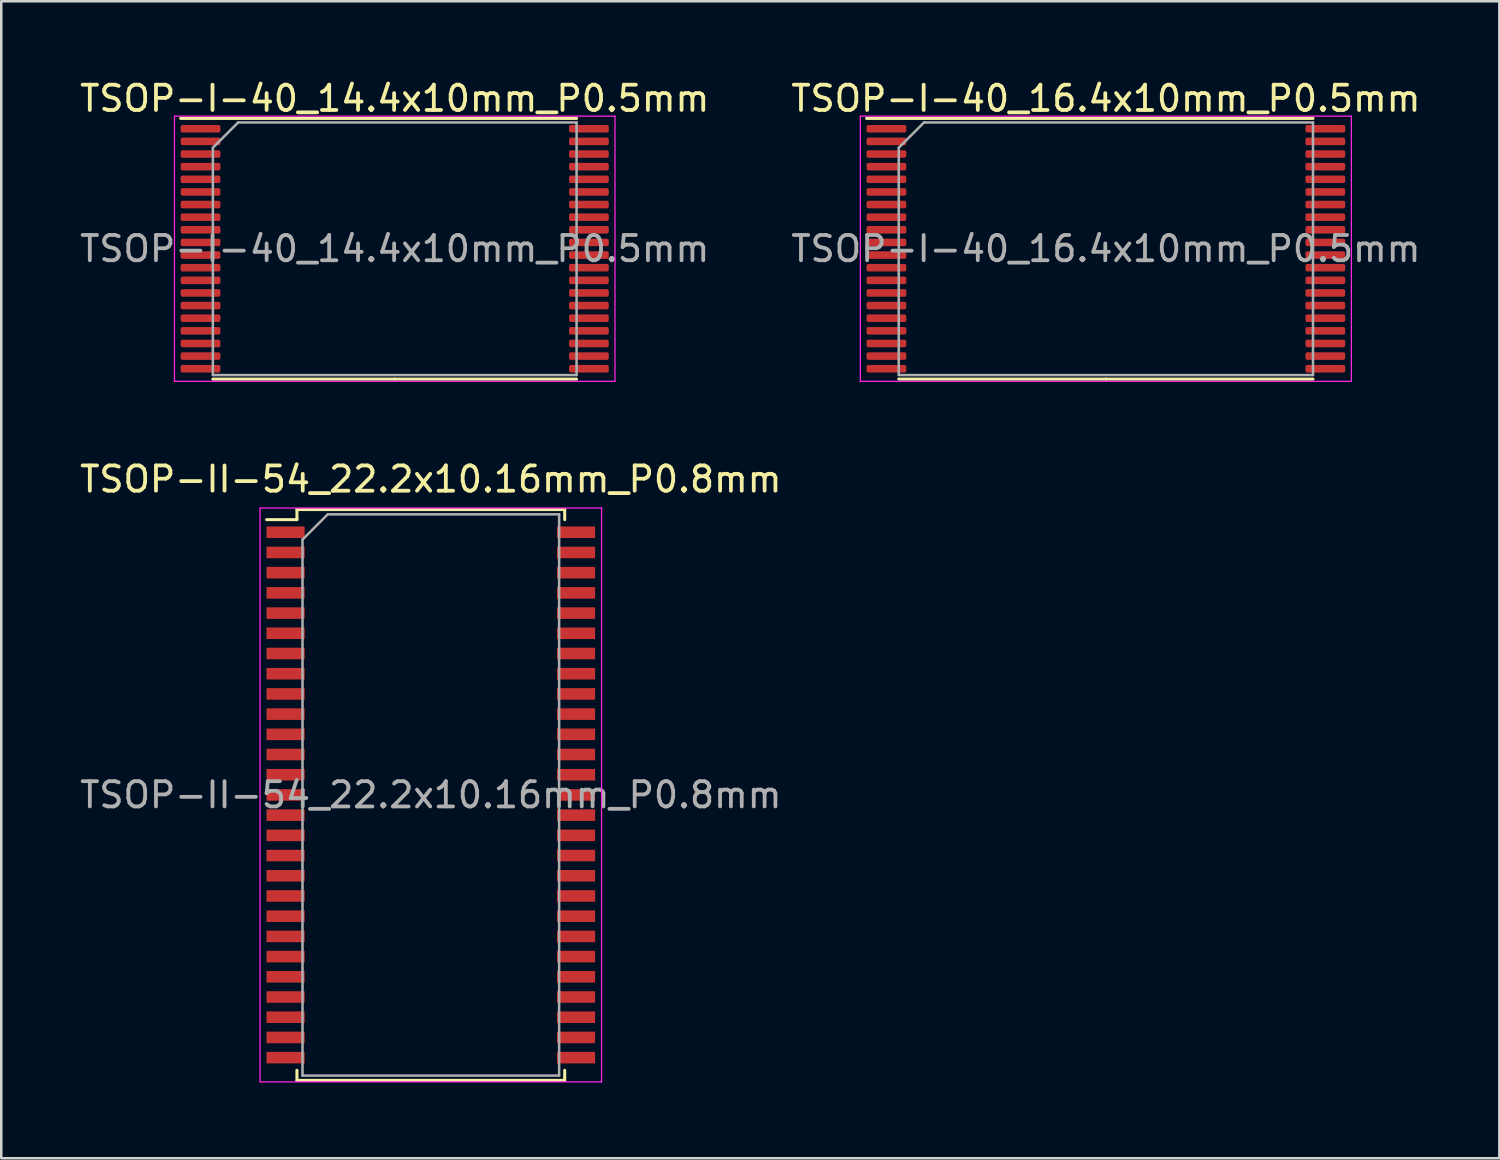
<source format=kicad_pcb>
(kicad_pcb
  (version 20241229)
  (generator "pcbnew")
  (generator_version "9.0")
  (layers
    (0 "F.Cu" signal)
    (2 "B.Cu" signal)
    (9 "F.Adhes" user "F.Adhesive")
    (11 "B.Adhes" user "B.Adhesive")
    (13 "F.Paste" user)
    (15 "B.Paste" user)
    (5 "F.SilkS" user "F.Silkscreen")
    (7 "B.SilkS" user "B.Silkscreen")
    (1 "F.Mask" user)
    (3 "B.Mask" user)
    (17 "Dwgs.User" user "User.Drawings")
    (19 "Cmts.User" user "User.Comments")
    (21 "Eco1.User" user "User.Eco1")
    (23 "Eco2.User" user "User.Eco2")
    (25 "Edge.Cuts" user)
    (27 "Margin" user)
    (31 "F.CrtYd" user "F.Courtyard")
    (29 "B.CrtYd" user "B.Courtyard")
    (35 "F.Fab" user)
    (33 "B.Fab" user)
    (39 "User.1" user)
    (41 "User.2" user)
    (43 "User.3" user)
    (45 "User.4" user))
  (footprint "TSOP-I-40_16.4x10mm_P0.5mm"
    (layer "F.Cu")
    (at 40.732 6.798)
    (property "Reference" "TSOP-I-40_16.4x10mm_P0.5mm" (at 0 -5.95 0) (layer "F.SilkS") (effects (font (size 1 1) (thickness 0.15))))
    (attr smd)
    (fp_line (start 0 -5.16) (end -9.475 -5.16) (stroke (width 0.12) (type solid)) (layer "F.SilkS"))
    (fp_line (start 0 -5.16) (end 8.2 -5.16) (stroke (width 0.12) (type solid)) (layer "F.SilkS"))
    (fp_line (start 0 5.16) (end -8.2 5.16) (stroke (width 0.12) (type solid)) (layer "F.SilkS"))
    (fp_line (start 0 5.16) (end 8.2 5.16) (stroke (width 0.12) (type solid)) (layer "F.SilkS"))
    (fp_line (start -9.72 -5.25) (end -9.72 5.25) (stroke (width 0.05) (type solid)) (layer "F.CrtYd"))
    (fp_line (start -9.72 5.25) (end 9.72 5.25) (stroke (width 0.05) (type solid)) (layer "F.CrtYd"))
    (fp_line (start 9.72 -5.25) (end -9.72 -5.25) (stroke (width 0.05) (type solid)) (layer "F.CrtYd"))
    (fp_line (start 9.72 5.25) (end 9.72 -5.25) (stroke (width 0.05) (type solid)) (layer "F.CrtYd"))
    (fp_line (start -8.2 -4) (end -7.2 -5) (stroke (width 0.1) (type solid)) (layer "F.Fab"))
    (fp_line (start -8.2 5) (end -8.2 -4) (stroke (width 0.1) (type solid)) (layer "F.Fab"))
    (fp_line (start -7.2 -5) (end 8.2 -5) (stroke (width 0.1) (type solid)) (layer "F.Fab"))
    (fp_line (start 8.2 -5) (end 8.2 5) (stroke (width 0.1) (type solid)) (layer "F.Fab"))
    (fp_line (start 8.2 5) (end -8.2 5) (stroke (width 0.1) (type solid)) (layer "F.Fab"))
    (fp_text user "${REFERENCE}" (at 0 0 0) (layer "F.Fab") (effects (font (size 1 1) (thickness 0.15))))
    (pad "1" smd roundrect (at -8.688 -4.75) (size 1.575 0.3) (layers "F.Cu" "F.Mask" "F.Paste") (roundrect_rratio 0.25))
    (pad "2" smd roundrect (at -8.688 -4.25) (size 1.575 0.3) (layers "F.Cu" "F.Mask" "F.Paste") (roundrect_rratio 0.25))
    (pad "3" smd roundrect (at -8.688 -3.75) (size 1.575 0.3) (layers "F.Cu" "F.Mask" "F.Paste") (roundrect_rratio 0.25))
    (pad "4" smd roundrect (at -8.688 -3.25) (size 1.575 0.3) (layers "F.Cu" "F.Mask" "F.Paste") (roundrect_rratio 0.25))
    (pad "5" smd roundrect (at -8.688 -2.75) (size 1.575 0.3) (layers "F.Cu" "F.Mask" "F.Paste") (roundrect_rratio 0.25))
    (pad "6" smd roundrect (at -8.688 -2.25) (size 1.575 0.3) (layers "F.Cu" "F.Mask" "F.Paste") (roundrect_rratio 0.25))
    (pad "7" smd roundrect (at -8.688 -1.75) (size 1.575 0.3) (layers "F.Cu" "F.Mask" "F.Paste") (roundrect_rratio 0.25))
    (pad "8" smd roundrect (at -8.688 -1.25) (size 1.575 0.3) (layers "F.Cu" "F.Mask" "F.Paste") (roundrect_rratio 0.25))
    (pad "9" smd roundrect (at -8.688 -0.75) (size 1.575 0.3) (layers "F.Cu" "F.Mask" "F.Paste") (roundrect_rratio 0.25))
    (pad "10" smd roundrect (at -8.688 -0.25) (size 1.575 0.3) (layers "F.Cu" "F.Mask" "F.Paste") (roundrect_rratio 0.25))
    (pad "11" smd roundrect (at -8.688 0.25) (size 1.575 0.3) (layers "F.Cu" "F.Mask" "F.Paste") (roundrect_rratio 0.25))
    (pad "12" smd roundrect (at -8.688 0.75) (size 1.575 0.3) (layers "F.Cu" "F.Mask" "F.Paste") (roundrect_rratio 0.25))
    (pad "13" smd roundrect (at -8.688 1.25) (size 1.575 0.3) (layers "F.Cu" "F.Mask" "F.Paste") (roundrect_rratio 0.25))
    (pad "14" smd roundrect (at -8.688 1.75) (size 1.575 0.3) (layers "F.Cu" "F.Mask" "F.Paste") (roundrect_rratio 0.25))
    (pad "15" smd roundrect (at -8.688 2.25) (size 1.575 0.3) (layers "F.Cu" "F.Mask" "F.Paste") (roundrect_rratio 0.25))
    (pad "16" smd roundrect (at -8.688 2.75) (size 1.575 0.3) (layers "F.Cu" "F.Mask" "F.Paste") (roundrect_rratio 0.25))
    (pad "17" smd roundrect (at -8.688 3.25) (size 1.575 0.3) (layers "F.Cu" "F.Mask" "F.Paste") (roundrect_rratio 0.25))
    (pad "18" smd roundrect (at -8.688 3.75) (size 1.575 0.3) (layers "F.Cu" "F.Mask" "F.Paste") (roundrect_rratio 0.25))
    (pad "19" smd roundrect (at -8.688 4.25) (size 1.575 0.3) (layers "F.Cu" "F.Mask" "F.Paste") (roundrect_rratio 0.25))
    (pad "20" smd roundrect (at -8.688 4.75) (size 1.575 0.3) (layers "F.Cu" "F.Mask" "F.Paste") (roundrect_rratio 0.25))
    (pad "21" smd roundrect (at 8.688 4.75) (size 1.575 0.3) (layers "F.Cu" "F.Mask" "F.Paste") (roundrect_rratio 0.25))
    (pad "22" smd roundrect (at 8.688 4.25) (size 1.575 0.3) (layers "F.Cu" "F.Mask" "F.Paste") (roundrect_rratio 0.25))
    (pad "23" smd roundrect (at 8.688 3.75) (size 1.575 0.3) (layers "F.Cu" "F.Mask" "F.Paste") (roundrect_rratio 0.25))
    (pad "24" smd roundrect (at 8.688 3.25) (size 1.575 0.3) (layers "F.Cu" "F.Mask" "F.Paste") (roundrect_rratio 0.25))
    (pad "25" smd roundrect (at 8.688 2.75) (size 1.575 0.3) (layers "F.Cu" "F.Mask" "F.Paste") (roundrect_rratio 0.25))
    (pad "26" smd roundrect (at 8.688 2.25) (size 1.575 0.3) (layers "F.Cu" "F.Mask" "F.Paste") (roundrect_rratio 0.25))
    (pad "27" smd roundrect (at 8.688 1.75) (size 1.575 0.3) (layers "F.Cu" "F.Mask" "F.Paste") (roundrect_rratio 0.25))
    (pad "28" smd roundrect (at 8.688 1.25) (size 1.575 0.3) (layers "F.Cu" "F.Mask" "F.Paste") (roundrect_rratio 0.25))
    (pad "29" smd roundrect (at 8.688 0.75) (size 1.575 0.3) (layers "F.Cu" "F.Mask" "F.Paste") (roundrect_rratio 0.25))
    (pad "30" smd roundrect (at 8.688 0.25) (size 1.575 0.3) (layers "F.Cu" "F.Mask" "F.Paste") (roundrect_rratio 0.25))
    (pad "31" smd roundrect (at 8.688 -0.25) (size 1.575 0.3) (layers "F.Cu" "F.Mask" "F.Paste") (roundrect_rratio 0.25))
    (pad "32" smd roundrect (at 8.688 -0.75) (size 1.575 0.3) (layers "F.Cu" "F.Mask" "F.Paste") (roundrect_rratio 0.25))
    (pad "33" smd roundrect (at 8.688 -1.25) (size 1.575 0.3) (layers "F.Cu" "F.Mask" "F.Paste") (roundrect_rratio 0.25))
    (pad "34" smd roundrect (at 8.688 -1.75) (size 1.575 0.3) (layers "F.Cu" "F.Mask" "F.Paste") (roundrect_rratio 0.25))
    (pad "35" smd roundrect (at 8.688 -2.25) (size 1.575 0.3) (layers "F.Cu" "F.Mask" "F.Paste") (roundrect_rratio 0.25))
    (pad "36" smd roundrect (at 8.688 -2.75) (size 1.575 0.3) (layers "F.Cu" "F.Mask" "F.Paste") (roundrect_rratio 0.25))
    (pad "37" smd roundrect (at 8.688 -3.25) (size 1.575 0.3) (layers "F.Cu" "F.Mask" "F.Paste") (roundrect_rratio 0.25))
    (pad "38" smd roundrect (at 8.688 -3.75) (size 1.575 0.3) (layers "F.Cu" "F.Mask" "F.Paste") (roundrect_rratio 0.25))
    (pad "39" smd roundrect (at 8.688 -4.25) (size 1.575 0.3) (layers "F.Cu" "F.Mask" "F.Paste") (roundrect_rratio 0.25))
    (pad "40" smd roundrect (at 8.688 -4.75) (size 1.575 0.3) (layers "F.Cu" "F.Mask" "F.Paste") (roundrect_rratio 0.25)))
  (footprint "TSOP-I-40_14.4x10mm_P0.5mm"
    (layer "F.Cu")
    (at 12.577 6.798)
    (property "Reference" "TSOP-I-40_14.4x10mm_P0.5mm" (at 0 -5.95 0) (layer "F.SilkS") (effects (font (size 1 1) (thickness 0.15))))
    (attr smd)
    (fp_line (start 0 -5.16) (end -8.475 -5.16) (stroke (width 0.12) (type solid)) (layer "F.SilkS"))
    (fp_line (start 0 -5.16) (end 7.2 -5.16) (stroke (width 0.12) (type solid)) (layer "F.SilkS"))
    (fp_line (start 0 5.16) (end -7.2 5.16) (stroke (width 0.12) (type solid)) (layer "F.SilkS"))
    (fp_line (start 0 5.16) (end 7.2 5.16) (stroke (width 0.12) (type solid)) (layer "F.SilkS"))
    (fp_line (start -8.72 -5.25) (end -8.72 5.25) (stroke (width 0.05) (type solid)) (layer "F.CrtYd"))
    (fp_line (start -8.72 5.25) (end 8.72 5.25) (stroke (width 0.05) (type solid)) (layer "F.CrtYd"))
    (fp_line (start 8.72 -5.25) (end -8.72 -5.25) (stroke (width 0.05) (type solid)) (layer "F.CrtYd"))
    (fp_line (start 8.72 5.25) (end 8.72 -5.25) (stroke (width 0.05) (type solid)) (layer "F.CrtYd"))
    (fp_line (start -7.2 -4) (end -6.2 -5) (stroke (width 0.1) (type solid)) (layer "F.Fab"))
    (fp_line (start -7.2 5) (end -7.2 -4) (stroke (width 0.1) (type solid)) (layer "F.Fab"))
    (fp_line (start -6.2 -5) (end 7.2 -5) (stroke (width 0.1) (type solid)) (layer "F.Fab"))
    (fp_line (start 7.2 -5) (end 7.2 5) (stroke (width 0.1) (type solid)) (layer "F.Fab"))
    (fp_line (start 7.2 5) (end -7.2 5) (stroke (width 0.1) (type solid)) (layer "F.Fab"))
    (fp_text user "${REFERENCE}" (at 0 0 0) (layer "F.Fab") (effects (font (size 1 1) (thickness 0.15))))
    (pad "1" smd roundrect (at -7.688 -4.75) (size 1.575 0.3) (layers "F.Cu" "F.Mask" "F.Paste") (roundrect_rratio 0.25))
    (pad "2" smd roundrect (at -7.688 -4.25) (size 1.575 0.3) (layers "F.Cu" "F.Mask" "F.Paste") (roundrect_rratio 0.25))
    (pad "3" smd roundrect (at -7.688 -3.75) (size 1.575 0.3) (layers "F.Cu" "F.Mask" "F.Paste") (roundrect_rratio 0.25))
    (pad "4" smd roundrect (at -7.688 -3.25) (size 1.575 0.3) (layers "F.Cu" "F.Mask" "F.Paste") (roundrect_rratio 0.25))
    (pad "5" smd roundrect (at -7.688 -2.75) (size 1.575 0.3) (layers "F.Cu" "F.Mask" "F.Paste") (roundrect_rratio 0.25))
    (pad "6" smd roundrect (at -7.688 -2.25) (size 1.575 0.3) (layers "F.Cu" "F.Mask" "F.Paste") (roundrect_rratio 0.25))
    (pad "7" smd roundrect (at -7.688 -1.75) (size 1.575 0.3) (layers "F.Cu" "F.Mask" "F.Paste") (roundrect_rratio 0.25))
    (pad "8" smd roundrect (at -7.688 -1.25) (size 1.575 0.3) (layers "F.Cu" "F.Mask" "F.Paste") (roundrect_rratio 0.25))
    (pad "9" smd roundrect (at -7.688 -0.75) (size 1.575 0.3) (layers "F.Cu" "F.Mask" "F.Paste") (roundrect_rratio 0.25))
    (pad "10" smd roundrect (at -7.688 -0.25) (size 1.575 0.3) (layers "F.Cu" "F.Mask" "F.Paste") (roundrect_rratio 0.25))
    (pad "11" smd roundrect (at -7.688 0.25) (size 1.575 0.3) (layers "F.Cu" "F.Mask" "F.Paste") (roundrect_rratio 0.25))
    (pad "12" smd roundrect (at -7.688 0.75) (size 1.575 0.3) (layers "F.Cu" "F.Mask" "F.Paste") (roundrect_rratio 0.25))
    (pad "13" smd roundrect (at -7.688 1.25) (size 1.575 0.3) (layers "F.Cu" "F.Mask" "F.Paste") (roundrect_rratio 0.25))
    (pad "14" smd roundrect (at -7.688 1.75) (size 1.575 0.3) (layers "F.Cu" "F.Mask" "F.Paste") (roundrect_rratio 0.25))
    (pad "15" smd roundrect (at -7.688 2.25) (size 1.575 0.3) (layers "F.Cu" "F.Mask" "F.Paste") (roundrect_rratio 0.25))
    (pad "16" smd roundrect (at -7.688 2.75) (size 1.575 0.3) (layers "F.Cu" "F.Mask" "F.Paste") (roundrect_rratio 0.25))
    (pad "17" smd roundrect (at -7.688 3.25) (size 1.575 0.3) (layers "F.Cu" "F.Mask" "F.Paste") (roundrect_rratio 0.25))
    (pad "18" smd roundrect (at -7.688 3.75) (size 1.575 0.3) (layers "F.Cu" "F.Mask" "F.Paste") (roundrect_rratio 0.25))
    (pad "19" smd roundrect (at -7.688 4.25) (size 1.575 0.3) (layers "F.Cu" "F.Mask" "F.Paste") (roundrect_rratio 0.25))
    (pad "20" smd roundrect (at -7.688 4.75) (size 1.575 0.3) (layers "F.Cu" "F.Mask" "F.Paste") (roundrect_rratio 0.25))
    (pad "21" smd roundrect (at 7.688 4.75) (size 1.575 0.3) (layers "F.Cu" "F.Mask" "F.Paste") (roundrect_rratio 0.25))
    (pad "22" smd roundrect (at 7.688 4.25) (size 1.575 0.3) (layers "F.Cu" "F.Mask" "F.Paste") (roundrect_rratio 0.25))
    (pad "23" smd roundrect (at 7.688 3.75) (size 1.575 0.3) (layers "F.Cu" "F.Mask" "F.Paste") (roundrect_rratio 0.25))
    (pad "24" smd roundrect (at 7.688 3.25) (size 1.575 0.3) (layers "F.Cu" "F.Mask" "F.Paste") (roundrect_rratio 0.25))
    (pad "25" smd roundrect (at 7.688 2.75) (size 1.575 0.3) (layers "F.Cu" "F.Mask" "F.Paste") (roundrect_rratio 0.25))
    (pad "26" smd roundrect (at 7.688 2.25) (size 1.575 0.3) (layers "F.Cu" "F.Mask" "F.Paste") (roundrect_rratio 0.25))
    (pad "27" smd roundrect (at 7.688 1.75) (size 1.575 0.3) (layers "F.Cu" "F.Mask" "F.Paste") (roundrect_rratio 0.25))
    (pad "28" smd roundrect (at 7.688 1.25) (size 1.575 0.3) (layers "F.Cu" "F.Mask" "F.Paste") (roundrect_rratio 0.25))
    (pad "29" smd roundrect (at 7.688 0.75) (size 1.575 0.3) (layers "F.Cu" "F.Mask" "F.Paste") (roundrect_rratio 0.25))
    (pad "30" smd roundrect (at 7.688 0.25) (size 1.575 0.3) (layers "F.Cu" "F.Mask" "F.Paste") (roundrect_rratio 0.25))
    (pad "31" smd roundrect (at 7.688 -0.25) (size 1.575 0.3) (layers "F.Cu" "F.Mask" "F.Paste") (roundrect_rratio 0.25))
    (pad "32" smd roundrect (at 7.688 -0.75) (size 1.575 0.3) (layers "F.Cu" "F.Mask" "F.Paste") (roundrect_rratio 0.25))
    (pad "33" smd roundrect (at 7.688 -1.25) (size 1.575 0.3) (layers "F.Cu" "F.Mask" "F.Paste") (roundrect_rratio 0.25))
    (pad "34" smd roundrect (at 7.688 -1.75) (size 1.575 0.3) (layers "F.Cu" "F.Mask" "F.Paste") (roundrect_rratio 0.25))
    (pad "35" smd roundrect (at 7.688 -2.25) (size 1.575 0.3) (layers "F.Cu" "F.Mask" "F.Paste") (roundrect_rratio 0.25))
    (pad "36" smd roundrect (at 7.688 -2.75) (size 1.575 0.3) (layers "F.Cu" "F.Mask" "F.Paste") (roundrect_rratio 0.25))
    (pad "37" smd roundrect (at 7.688 -3.25) (size 1.575 0.3) (layers "F.Cu" "F.Mask" "F.Paste") (roundrect_rratio 0.25))
    (pad "38" smd roundrect (at 7.688 -3.75) (size 1.575 0.3) (layers "F.Cu" "F.Mask" "F.Paste") (roundrect_rratio 0.25))
    (pad "39" smd roundrect (at 7.688 -4.25) (size 1.575 0.3) (layers "F.Cu" "F.Mask" "F.Paste") (roundrect_rratio 0.25))
    (pad "40" smd roundrect (at 7.688 -4.75) (size 1.575 0.3) (layers "F.Cu" "F.Mask" "F.Paste") (roundrect_rratio 0.25)))
  (footprint "TSOP-II-54_22.2x10.16mm_P0.8mm"
    (layer "F.Cu")
    (at 14.006 28.422)
    (property "Reference" "TSOP-II-54_22.2x10.16mm_P0.8mm" (at 0 -12.5 0) (layer "F.SilkS") (effects (font (size 1 1) (thickness 0.15))))
    (attr smd)
    (fp_line (start -6.5 -10.9) (end -5.3 -10.9) (stroke (width 0.12) (type solid)) (layer "F.SilkS"))
    (fp_line (start -5.3 -11.3) (end 5.3 -11.3) (stroke (width 0.12) (type solid)) (layer "F.SilkS"))
    (fp_line (start -5.3 -10.9) (end -5.3 -11.3) (stroke (width 0.12) (type solid)) (layer "F.SilkS"))
    (fp_line (start -5.3 10.9) (end -5.3 11.3) (stroke (width 0.12) (type solid)) (layer "F.SilkS"))
    (fp_line (start -5.3 11.3) (end 5.3 11.3) (stroke (width 0.12) (type solid)) (layer "F.SilkS"))
    (fp_line (start 5.3 -11.3) (end 5.3 -10.9) (stroke (width 0.12) (type solid)) (layer "F.SilkS"))
    (fp_line (start 5.3 10.9) (end 5.3 11.3) (stroke (width 0.12) (type solid)) (layer "F.SilkS"))
    (fp_line (start -6.76 -11.36) (end -6.76 11.36) (stroke (width 0.05) (type solid)) (layer "F.CrtYd"))
    (fp_line (start -6.76 -11.36) (end 6.76 -11.36) (stroke (width 0.05) (type solid)) (layer "F.CrtYd"))
    (fp_line (start 6.76 -11.36) (end 6.76 11.36) (stroke (width 0.05) (type solid)) (layer "F.CrtYd"))
    (fp_line (start 6.76 11.36) (end -6.76 11.36) (stroke (width 0.05) (type solid)) (layer "F.CrtYd"))
    (fp_line (start -5.08 11.11) (end -5.08 -10.11) (stroke (width 0.1) (type solid)) (layer "F.Fab"))
    (fp_line (start -4.08 -11.11) (end -5.08 -10.11) (stroke (width 0.1) (type solid)) (layer "F.Fab"))
    (fp_line (start -4.08 -11.11) (end 5.08 -11.11) (stroke (width 0.1) (type solid)) (layer "F.Fab"))
    (fp_line (start 5.08 -11.11) (end 5.08 11.11) (stroke (width 0.1) (type solid)) (layer "F.Fab"))
    (fp_line (start 5.08 11.11) (end -5.08 11.11) (stroke (width 0.1) (type solid)) (layer "F.Fab"))
    (fp_text user "${REFERENCE}" (at 0 0 0) (layer "F.Fab") (effects (font (size 1 1) (thickness 0.15))))
    (pad "1" smd rect (at -5.75 -10.4) (size 1.51 0.458) (layers "F.Cu" "F.Mask" "F.Paste"))
    (pad "2" smd rect (at -5.75 -9.6) (size 1.51 0.458) (layers "F.Cu" "F.Mask" "F.Paste"))
    (pad "3" smd rect (at -5.75 -8.8) (size 1.51 0.458) (layers "F.Cu" "F.Mask" "F.Paste"))
    (pad "4" smd rect (at -5.75 -8) (size 1.51 0.458) (layers "F.Cu" "F.Mask" "F.Paste"))
    (pad "5" smd rect (at -5.75 -7.2) (size 1.51 0.458) (layers "F.Cu" "F.Mask" "F.Paste"))
    (pad "6" smd rect (at -5.75 -6.4) (size 1.51 0.458) (layers "F.Cu" "F.Mask" "F.Paste"))
    (pad "7" smd rect (at -5.75 -5.6) (size 1.51 0.458) (layers "F.Cu" "F.Mask" "F.Paste"))
    (pad "8" smd rect (at -5.75 -4.8) (size 1.51 0.458) (layers "F.Cu" "F.Mask" "F.Paste"))
    (pad "9" smd rect (at -5.75 -4) (size 1.51 0.458) (layers "F.Cu" "F.Mask" "F.Paste"))
    (pad "10" smd rect (at -5.75 -3.2) (size 1.51 0.458) (layers "F.Cu" "F.Mask" "F.Paste"))
    (pad "11" smd rect (at -5.75 -2.4) (size 1.51 0.458) (layers "F.Cu" "F.Mask" "F.Paste"))
    (pad "12" smd rect (at -5.75 -1.6) (size 1.51 0.458) (layers "F.Cu" "F.Mask" "F.Paste"))
    (pad "13" smd rect (at -5.75 -0.8) (size 1.51 0.458) (layers "F.Cu" "F.Mask" "F.Paste"))
    (pad "14" smd rect (at -5.75 0) (size 1.51 0.458) (layers "F.Cu" "F.Mask" "F.Paste"))
    (pad "15" smd rect (at -5.75 0.8) (size 1.51 0.458) (layers "F.Cu" "F.Mask" "F.Paste"))
    (pad "16" smd rect (at -5.75 1.6) (size 1.51 0.458) (layers "F.Cu" "F.Mask" "F.Paste"))
    (pad "17" smd rect (at -5.75 2.4) (size 1.51 0.458) (layers "F.Cu" "F.Mask" "F.Paste"))
    (pad "18" smd rect (at -5.75 3.2) (size 1.51 0.458) (layers "F.Cu" "F.Mask" "F.Paste"))
    (pad "19" smd rect (at -5.75 4) (size 1.51 0.458) (layers "F.Cu" "F.Mask" "F.Paste"))
    (pad "20" smd rect (at -5.75 4.8) (size 1.51 0.458) (layers "F.Cu" "F.Mask" "F.Paste"))
    (pad "21" smd rect (at -5.75 5.6) (size 1.51 0.458) (layers "F.Cu" "F.Mask" "F.Paste"))
    (pad "22" smd rect (at -5.75 6.4) (size 1.51 0.458) (layers "F.Cu" "F.Mask" "F.Paste"))
    (pad "23" smd rect (at -5.75 7.2) (size 1.51 0.458) (layers "F.Cu" "F.Mask" "F.Paste"))
    (pad "24" smd rect (at -5.75 8) (size 1.51 0.458) (layers "F.Cu" "F.Mask" "F.Paste"))
    (pad "25" smd rect (at -5.75 8.8) (size 1.51 0.458) (layers "F.Cu" "F.Mask" "F.Paste"))
    (pad "26" smd rect (at -5.75 9.6) (size 1.51 0.458) (layers "F.Cu" "F.Mask" "F.Paste"))
    (pad "27" smd rect (at -5.75 10.4) (size 1.51 0.458) (layers "F.Cu" "F.Mask" "F.Paste"))
    (pad "28" smd rect (at 5.75 10.4) (size 1.51 0.458) (layers "F.Cu" "F.Mask" "F.Paste"))
    (pad "29" smd rect (at 5.75 9.6) (size 1.51 0.458) (layers "F.Cu" "F.Mask" "F.Paste"))
    (pad "30" smd rect (at 5.75 8.8) (size 1.51 0.458) (layers "F.Cu" "F.Mask" "F.Paste"))
    (pad "31" smd rect (at 5.75 8) (size 1.51 0.458) (layers "F.Cu" "F.Mask" "F.Paste"))
    (pad "32" smd rect (at 5.75 7.2) (size 1.51 0.458) (layers "F.Cu" "F.Mask" "F.Paste"))
    (pad "33" smd rect (at 5.75 6.4) (size 1.51 0.458) (layers "F.Cu" "F.Mask" "F.Paste"))
    (pad "34" smd rect (at 5.75 5.6) (size 1.51 0.458) (layers "F.Cu" "F.Mask" "F.Paste"))
    (pad "35" smd rect (at 5.75 4.8) (size 1.51 0.458) (layers "F.Cu" "F.Mask" "F.Paste"))
    (pad "36" smd rect (at 5.75 4) (size 1.51 0.458) (layers "F.Cu" "F.Mask" "F.Paste"))
    (pad "37" smd rect (at 5.75 3.2) (size 1.51 0.458) (layers "F.Cu" "F.Mask" "F.Paste"))
    (pad "38" smd rect (at 5.75 2.4) (size 1.51 0.458) (layers "F.Cu" "F.Mask" "F.Paste"))
    (pad "39" smd rect (at 5.75 1.6) (size 1.51 0.458) (layers "F.Cu" "F.Mask" "F.Paste"))
    (pad "40" smd rect (at 5.75 0.8) (size 1.51 0.458) (layers "F.Cu" "F.Mask" "F.Paste"))
    (pad "41" smd rect (at 5.75 0) (size 1.51 0.458) (layers "F.Cu" "F.Mask" "F.Paste"))
    (pad "42" smd rect (at 5.75 -0.8) (size 1.51 0.458) (layers "F.Cu" "F.Mask" "F.Paste"))
    (pad "43" smd rect (at 5.75 -1.6) (size 1.51 0.458) (layers "F.Cu" "F.Mask" "F.Paste"))
    (pad "44" smd rect (at 5.75 -2.4) (size 1.51 0.458) (layers "F.Cu" "F.Mask" "F.Paste"))
    (pad "45" smd rect (at 5.75 -3.2) (size 1.51 0.458) (layers "F.Cu" "F.Mask" "F.Paste"))
    (pad "46" smd rect (at 5.75 -4) (size 1.51 0.458) (layers "F.Cu" "F.Mask" "F.Paste"))
    (pad "47" smd rect (at 5.75 -4.8) (size 1.51 0.458) (layers "F.Cu" "F.Mask" "F.Paste"))
    (pad "48" smd rect (at 5.75 -5.6) (size 1.51 0.458) (layers "F.Cu" "F.Mask" "F.Paste"))
    (pad "49" smd rect (at 5.75 -6.4) (size 1.51 0.458) (layers "F.Cu" "F.Mask" "F.Paste"))
    (pad "50" smd rect (at 5.75 -7.2) (size 1.51 0.458) (layers "F.Cu" "F.Mask" "F.Paste"))
    (pad "51" smd rect (at 5.75 -8) (size 1.51 0.458) (layers "F.Cu" "F.Mask" "F.Paste"))
    (pad "52" smd rect (at 5.75 -8.8) (size 1.51 0.458) (layers "F.Cu" "F.Mask" "F.Paste"))
    (pad "53" smd rect (at 5.75 -9.6) (size 1.51 0.458) (layers "F.Cu" "F.Mask" "F.Paste"))
    (pad "54" smd rect (at 5.75 -10.4) (size 1.51 0.458) (layers "F.Cu" "F.Mask" "F.Paste")))
  (gr_rect
    (start -3 -3)
    (end 56.31 42.806)
    (stroke (width 0.1) (type default))
    (fill no)
    (layer "Edge.Cuts")))
</source>
